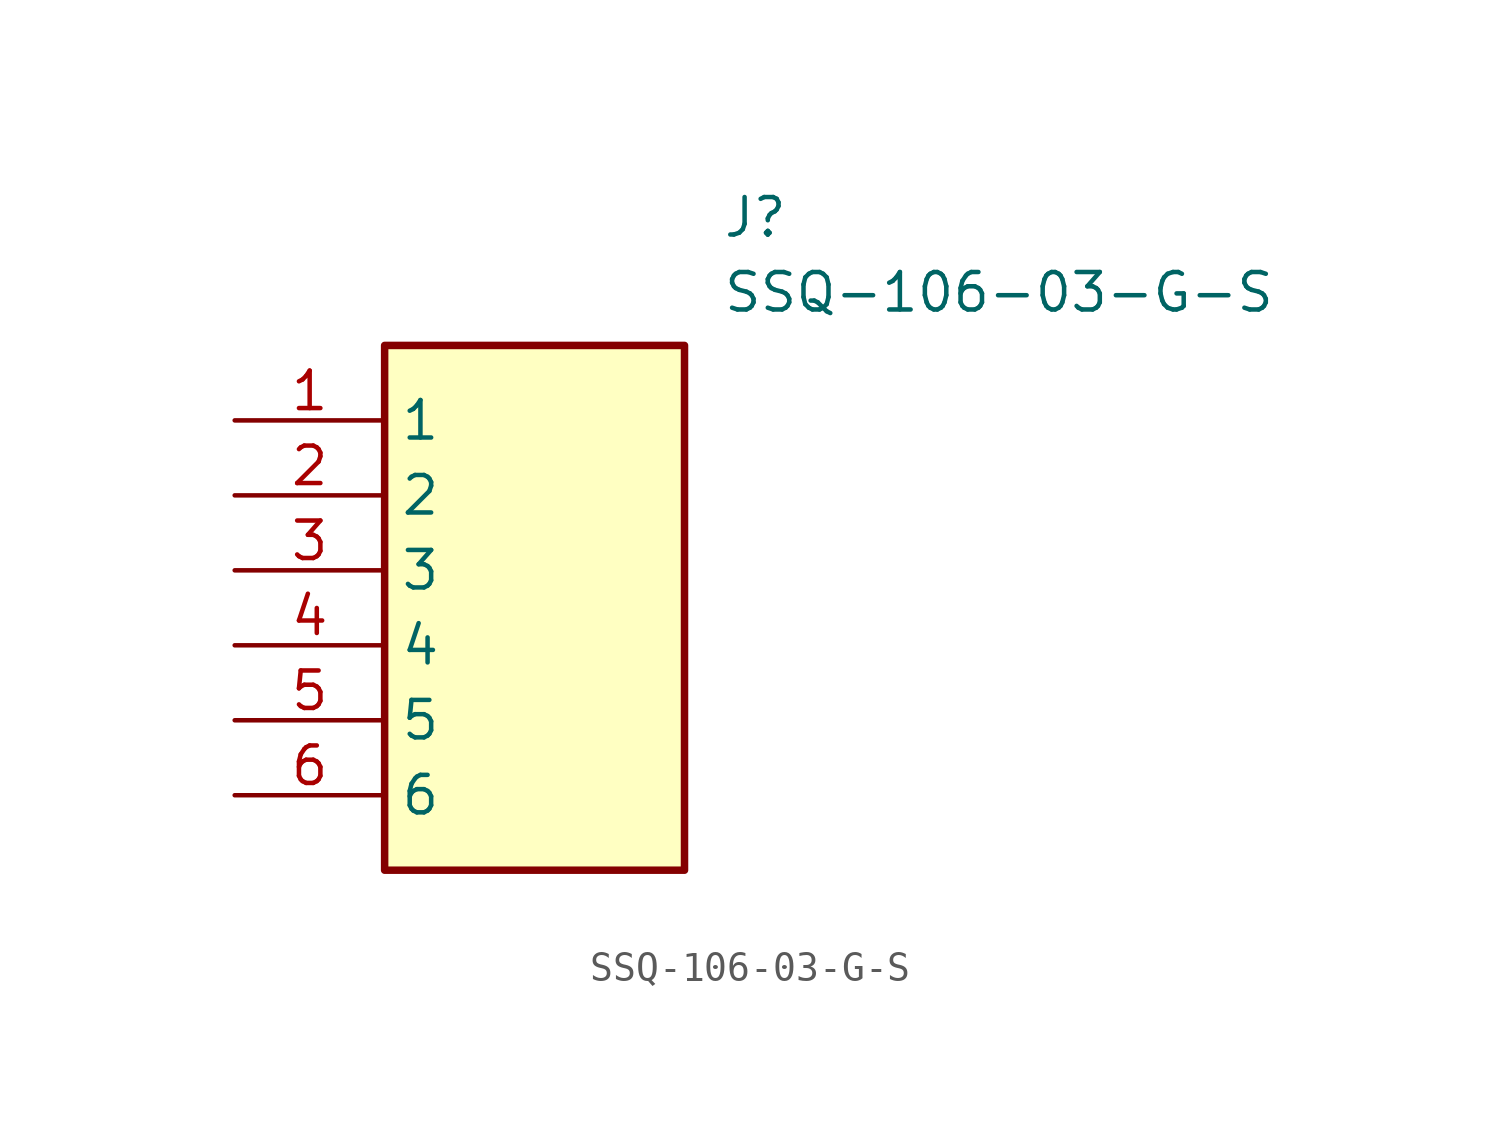
<source format=kicad_sym>
(kicad_symbol_lib
  (version 20211014)
  (generator SamacSys_ECAD_Model)
  (symbol "SSQ-106-03-G-S"
    (property "Reference" "J"
      (at 16.51 7.62 0)
      (effects (font (size 1.27 1.27)) (justify left top)))
    (property "Value" "SSQ-106-03-G-S"
      (at 16.51 5.08 0)
      (effects (font (size 1.27 1.27)) (justify left top)))
    (rectangle
      (start 5.08 2.54)
      (end 15.24 -15.24)
      (stroke (width 0.254) (type default))
      (fill (type background)))
    (pin passive line
      (at 0 0 0)
      (length 5.08)
      (name "1" (effects (font (size 1.27 1.27))))
      (number "1" (effects (font (size 1.27 1.27)))))
    (pin passive line
      (at 0 -2.54 0)
      (length 5.08)
      (name "2" (effects (font (size 1.27 1.27))))
      (number "2" (effects (font (size 1.27 1.27)))))
    (pin passive line
      (at 0 -5.08 0)
      (length 5.08)
      (name "3" (effects (font (size 1.27 1.27))))
      (number "3" (effects (font (size 1.27 1.27)))))
    (pin passive line
      (at 0 -7.62 0)
      (length 5.08)
      (name "4" (effects (font (size 1.27 1.27))))
      (number "4" (effects (font (size 1.27 1.27)))))
    (pin passive line
      (at 0 -10.16 0)
      (length 5.08)
      (name "5" (effects (font (size 1.27 1.27))))
      (number "5" (effects (font (size 1.27 1.27)))))
    (pin passive line
      (at 0 -12.7 0)
      (length 5.08)
      (name "6" (effects (font (size 1.27 1.27))))
      (number "6" (effects (font (size 1.27 1.27)))))))
</source>
